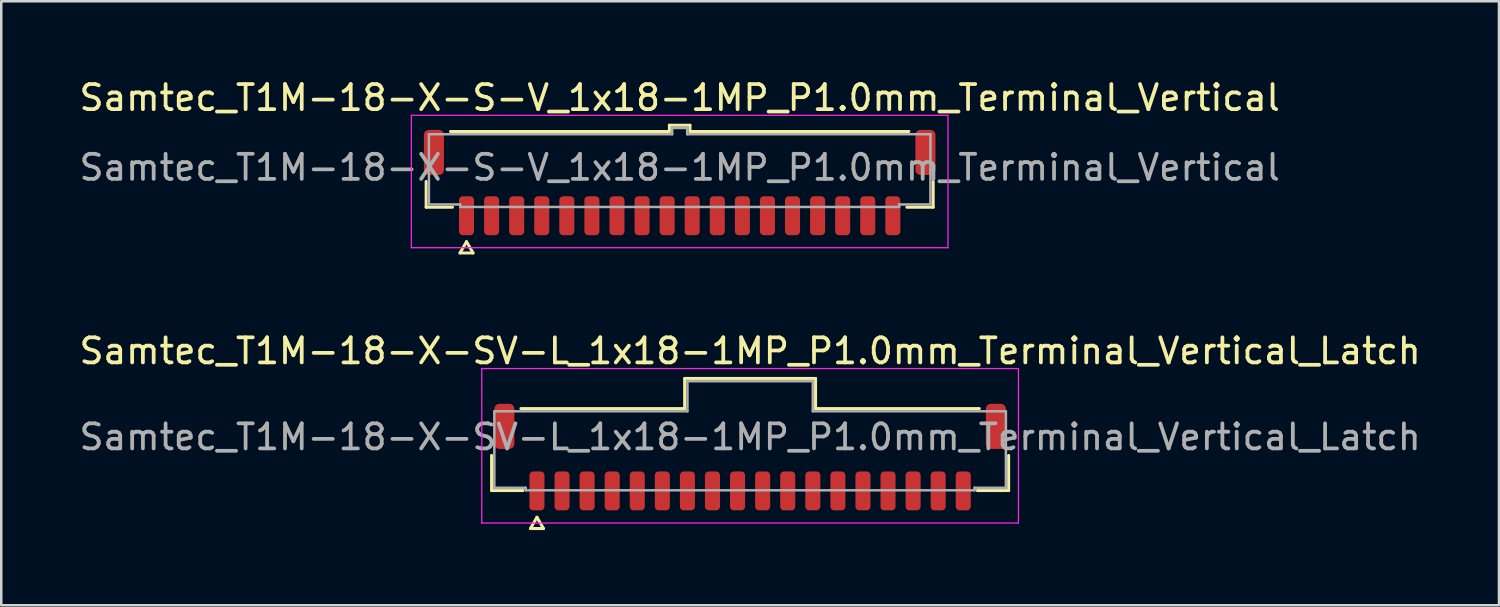
<source format=kicad_pcb>
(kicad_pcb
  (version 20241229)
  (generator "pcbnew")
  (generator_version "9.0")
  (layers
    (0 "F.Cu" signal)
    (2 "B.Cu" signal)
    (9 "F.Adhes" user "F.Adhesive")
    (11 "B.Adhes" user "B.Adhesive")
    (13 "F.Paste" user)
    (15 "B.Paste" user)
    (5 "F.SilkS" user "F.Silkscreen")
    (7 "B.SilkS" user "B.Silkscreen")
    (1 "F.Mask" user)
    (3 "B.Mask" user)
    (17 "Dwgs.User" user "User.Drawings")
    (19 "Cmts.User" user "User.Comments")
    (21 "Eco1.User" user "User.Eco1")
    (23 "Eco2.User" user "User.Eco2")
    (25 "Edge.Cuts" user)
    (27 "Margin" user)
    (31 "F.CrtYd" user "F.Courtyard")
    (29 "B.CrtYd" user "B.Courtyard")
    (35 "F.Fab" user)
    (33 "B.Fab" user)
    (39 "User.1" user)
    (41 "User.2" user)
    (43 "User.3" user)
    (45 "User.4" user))
  (footprint "Samtec_T1M-18-X-S-V_1x18-1MP_P1.0mm_Terminal_Vertical"
    (layer "F.Cu")
    (at 24.054 3.628)
    (property "Reference" "Samtec_T1M-18-X-S-V_1x18-1MP_P1.0mm_Terminal_Vertical" (at 0 -2.78 0) (layer "F.SilkS") (effects (font (size 1 1) (thickness 0.15))))
    (attr smd)
    (fp_line (start -10.11 1.585) (end -10.11 0.56) (stroke (width 0.12) (type solid)) (layer "F.SilkS"))
    (fp_line (start -9.14 -1.435) (end -0.41 -1.435) (stroke (width 0.12) (type solid)) (layer "F.SilkS"))
    (fp_line (start -9.06 1.585) (end -10.11 1.585) (stroke (width 0.12) (type solid)) (layer "F.SilkS"))
    (fp_line (start -8.76 3.41) (end -8.5 2.96) (stroke (width 0.12) (type solid)) (layer "F.SilkS"))
    (fp_line (start -8.5 2.96) (end -8.24 3.41) (stroke (width 0.12) (type solid)) (layer "F.SilkS"))
    (fp_line (start -8.24 3.41) (end -8.76 3.41) (stroke (width 0.12) (type solid)) (layer "F.SilkS"))
    (fp_line (start -0.41 -1.685) (end 0.41 -1.685) (stroke (width 0.12) (type solid)) (layer "F.SilkS"))
    (fp_line (start -0.41 -1.435) (end -0.41 -1.685) (stroke (width 0.12) (type solid)) (layer "F.SilkS"))
    (fp_line (start 0.41 -1.685) (end 0.41 -1.435) (stroke (width 0.12) (type solid)) (layer "F.SilkS"))
    (fp_line (start 0.41 -1.435) (end 9.14 -1.435) (stroke (width 0.12) (type solid)) (layer "F.SilkS"))
    (fp_line (start 10.11 0.56) (end 10.11 1.585) (stroke (width 0.12) (type solid)) (layer "F.SilkS"))
    (fp_line (start 10.11 1.585) (end 9.06 1.585) (stroke (width 0.12) (type solid)) (layer "F.SilkS"))
    (fp_line (start -10.7 -2.08) (end -10.7 3.2) (stroke (width 0.05) (type solid)) (layer "F.CrtYd"))
    (fp_line (start -10.7 3.2) (end 10.7 3.2) (stroke (width 0.05) (type solid)) (layer "F.CrtYd"))
    (fp_line (start 10.7 -2.08) (end -10.7 -2.08) (stroke (width 0.05) (type solid)) (layer "F.CrtYd"))
    (fp_line (start 10.7 3.2) (end 10.7 -2.08) (stroke (width 0.05) (type solid)) (layer "F.CrtYd"))
    (fp_line (start -10 -1.325) (end -0.3 -1.325) (stroke (width 0.1) (type solid)) (layer "F.Fab"))
    (fp_line (start -10 1.475) (end -10 -1.325) (stroke (width 0.1) (type solid)) (layer "F.Fab"))
    (fp_line (start -8.75 1.475) (end -10 1.475) (stroke (width 0.1) (type solid)) (layer "F.Fab"))
    (fp_line (start -8.75 1.575) (end -8.75 1.475) (stroke (width 0.1) (type solid)) (layer "F.Fab"))
    (fp_line (start -0.3 -1.575) (end 0.3 -1.575) (stroke (width 0.1) (type solid)) (layer "F.Fab"))
    (fp_line (start -0.3 -1.325) (end -0.3 -1.575) (stroke (width 0.1) (type solid)) (layer "F.Fab"))
    (fp_line (start 0.3 -1.575) (end 0.3 -1.325) (stroke (width 0.1) (type solid)) (layer "F.Fab"))
    (fp_line (start 0.3 -1.325) (end 10 -1.325) (stroke (width 0.1) (type solid)) (layer "F.Fab"))
    (fp_line (start 8.75 1.475) (end 8.75 1.575) (stroke (width 0.1) (type solid)) (layer "F.Fab"))
    (fp_line (start 8.75 1.575) (end -8.75 1.575) (stroke (width 0.1) (type solid)) (layer "F.Fab"))
    (fp_line (start 10 -1.325) (end 10 1.475) (stroke (width 0.1) (type solid)) (layer "F.Fab"))
    (fp_line (start 10 1.475) (end 8.75 1.475) (stroke (width 0.1) (type solid)) (layer "F.Fab"))
    (fp_text user "${REFERENCE}" (at 0 0 0) (layer "F.Fab") (effects (font (size 1 1) (thickness 0.15))))
    (pad "1" smd roundrect (at -8.5 1.925) (size 0.6 1.55) (layers "F.Cu" "F.Mask" "F.Paste") (roundrect_rratio 0.25))
    (pad "2" smd roundrect (at -7.5 1.925) (size 0.6 1.55) (layers "F.Cu" "F.Mask" "F.Paste") (roundrect_rratio 0.25))
    (pad "3" smd roundrect (at -6.5 1.925) (size 0.6 1.55) (layers "F.Cu" "F.Mask" "F.Paste") (roundrect_rratio 0.25))
    (pad "4" smd roundrect (at -5.5 1.925) (size 0.6 1.55) (layers "F.Cu" "F.Mask" "F.Paste") (roundrect_rratio 0.25))
    (pad "5" smd roundrect (at -4.5 1.925) (size 0.6 1.55) (layers "F.Cu" "F.Mask" "F.Paste") (roundrect_rratio 0.25))
    (pad "6" smd roundrect (at -3.5 1.925) (size 0.6 1.55) (layers "F.Cu" "F.Mask" "F.Paste") (roundrect_rratio 0.25))
    (pad "7" smd roundrect (at -2.5 1.925) (size 0.6 1.55) (layers "F.Cu" "F.Mask" "F.Paste") (roundrect_rratio 0.25))
    (pad "8" smd roundrect (at -1.5 1.925) (size 0.6 1.55) (layers "F.Cu" "F.Mask" "F.Paste") (roundrect_rratio 0.25))
    (pad "9" smd roundrect (at -0.5 1.925) (size 0.6 1.55) (layers "F.Cu" "F.Mask" "F.Paste") (roundrect_rratio 0.25))
    (pad "10" smd roundrect (at 0.5 1.925) (size 0.6 1.55) (layers "F.Cu" "F.Mask" "F.Paste") (roundrect_rratio 0.25))
    (pad "11" smd roundrect (at 1.5 1.925) (size 0.6 1.55) (layers "F.Cu" "F.Mask" "F.Paste") (roundrect_rratio 0.25))
    (pad "12" smd roundrect (at 2.5 1.925) (size 0.6 1.55) (layers "F.Cu" "F.Mask" "F.Paste") (roundrect_rratio 0.25))
    (pad "13" smd roundrect (at 3.5 1.925) (size 0.6 1.55) (layers "F.Cu" "F.Mask" "F.Paste") (roundrect_rratio 0.25))
    (pad "14" smd roundrect (at 4.5 1.925) (size 0.6 1.55) (layers "F.Cu" "F.Mask" "F.Paste") (roundrect_rratio 0.25))
    (pad "15" smd roundrect (at 5.5 1.925) (size 0.6 1.55) (layers "F.Cu" "F.Mask" "F.Paste") (roundrect_rratio 0.25))
    (pad "16" smd roundrect (at 6.5 1.925) (size 0.6 1.55) (layers "F.Cu" "F.Mask" "F.Paste") (roundrect_rratio 0.25))
    (pad "17" smd roundrect (at 7.5 1.925) (size 0.6 1.55) (layers "F.Cu" "F.Mask" "F.Paste") (roundrect_rratio 0.25))
    (pad "18" smd roundrect (at 8.5 1.925) (size 0.6 1.55) (layers "F.Cu" "F.Mask" "F.Paste") (roundrect_rratio 0.25))
    (pad "MP" smd roundrect (at -9.8 -0.6) (size 0.8 1.8) (layers "F.Cu" "F.Mask" "F.Paste") (roundrect_rratio 0.25))
    (pad "MP" smd roundrect (at 9.8 -0.6) (size 0.8 1.8) (layers "F.Cu" "F.Mask" "F.Paste") (roundrect_rratio 0.25)))
  (footprint "Samtec_T1M-18-X-SV-L_1x18-1MP_P1.0mm_Terminal_Vertical_Latch"
    (layer "F.Cu")
    (at 26.863 14.377)
    (property "Reference" "Samtec_T1M-18-X-SV-L_1x18-1MP_P1.0mm_Terminal_Vertical_Latch" (at 0 -3.43 0) (layer "F.SilkS") (effects (font (size 1 1) (thickness 0.15))))
    (attr smd)
    (fp_line (start -10.31 2.135) (end -10.31 0.735) (stroke (width 0.12) (type solid)) (layer "F.SilkS"))
    (fp_line (start -9.14 -1.135) (end -2.61 -1.135) (stroke (width 0.12) (type solid)) (layer "F.SilkS"))
    (fp_line (start -9.06 2.135) (end -10.31 2.135) (stroke (width 0.12) (type solid)) (layer "F.SilkS"))
    (fp_line (start -8.76 3.65) (end -8.5 3.2) (stroke (width 0.12) (type solid)) (layer "F.SilkS"))
    (fp_line (start -8.5 3.2) (end -8.24 3.65) (stroke (width 0.12) (type solid)) (layer "F.SilkS"))
    (fp_line (start -8.24 3.65) (end -8.76 3.65) (stroke (width 0.12) (type solid)) (layer "F.SilkS"))
    (fp_line (start -2.61 -2.335) (end 2.61 -2.335) (stroke (width 0.12) (type solid)) (layer "F.SilkS"))
    (fp_line (start -2.61 -1.135) (end -2.61 -2.335) (stroke (width 0.12) (type solid)) (layer "F.SilkS"))
    (fp_line (start 2.61 -2.335) (end 2.61 -1.135) (stroke (width 0.12) (type solid)) (layer "F.SilkS"))
    (fp_line (start 2.61 -1.135) (end 9.14 -1.135) (stroke (width 0.12) (type solid)) (layer "F.SilkS"))
    (fp_line (start 10.31 0.735) (end 10.31 2.135) (stroke (width 0.12) (type solid)) (layer "F.SilkS"))
    (fp_line (start 10.31 2.135) (end 9.06 2.135) (stroke (width 0.12) (type solid)) (layer "F.SilkS"))
    (fp_line (start -10.7 -2.73) (end -10.7 3.43) (stroke (width 0.05) (type solid)) (layer "F.CrtYd"))
    (fp_line (start -10.7 3.43) (end 10.7 3.43) (stroke (width 0.05) (type solid)) (layer "F.CrtYd"))
    (fp_line (start 10.7 -2.73) (end -10.7 -2.73) (stroke (width 0.05) (type solid)) (layer "F.CrtYd"))
    (fp_line (start 10.7 3.43) (end 10.7 -2.73) (stroke (width 0.05) (type solid)) (layer "F.CrtYd"))
    (fp_line (start -10.2 -1.025) (end -2.5 -1.025) (stroke (width 0.1) (type solid)) (layer "F.Fab"))
    (fp_line (start -10.2 2.025) (end -10.2 -1.025) (stroke (width 0.1) (type solid)) (layer "F.Fab"))
    (fp_line (start -8.95 2.025) (end -10.2 2.025) (stroke (width 0.1) (type solid)) (layer "F.Fab"))
    (fp_line (start -8.95 2.125) (end -8.95 2.025) (stroke (width 0.1) (type solid)) (layer "F.Fab"))
    (fp_line (start -2.5 -2.225) (end 2.5 -2.225) (stroke (width 0.1) (type solid)) (layer "F.Fab"))
    (fp_line (start -2.5 -1.025) (end -2.5 -2.225) (stroke (width 0.1) (type solid)) (layer "F.Fab"))
    (fp_line (start 2.5 -2.225) (end 2.5 -1.025) (stroke (width 0.1) (type solid)) (layer "F.Fab"))
    (fp_line (start 2.5 -1.025) (end 10.2 -1.025) (stroke (width 0.1) (type solid)) (layer "F.Fab"))
    (fp_line (start 8.95 2.025) (end 8.95 2.125) (stroke (width 0.1) (type solid)) (layer "F.Fab"))
    (fp_line (start 8.95 2.125) (end -8.95 2.125) (stroke (width 0.1) (type solid)) (layer "F.Fab"))
    (fp_line (start 10.2 -1.025) (end 10.2 2.025) (stroke (width 0.1) (type solid)) (layer "F.Fab"))
    (fp_line (start 10.2 2.025) (end 8.95 2.025) (stroke (width 0.1) (type solid)) (layer "F.Fab"))
    (fp_text user "${REFERENCE}" (at 0 0 0) (layer "F.Fab") (effects (font (size 1 1) (thickness 0.15))))
    (pad "1" smd roundrect (at -8.5 2.15) (size 0.6 1.55) (layers "F.Cu" "F.Mask" "F.Paste") (roundrect_rratio 0.25))
    (pad "2" smd roundrect (at -7.5 2.15) (size 0.6 1.55) (layers "F.Cu" "F.Mask" "F.Paste") (roundrect_rratio 0.25))
    (pad "3" smd roundrect (at -6.5 2.15) (size 0.6 1.55) (layers "F.Cu" "F.Mask" "F.Paste") (roundrect_rratio 0.25))
    (pad "4" smd roundrect (at -5.5 2.15) (size 0.6 1.55) (layers "F.Cu" "F.Mask" "F.Paste") (roundrect_rratio 0.25))
    (pad "5" smd roundrect (at -4.5 2.15) (size 0.6 1.55) (layers "F.Cu" "F.Mask" "F.Paste") (roundrect_rratio 0.25))
    (pad "6" smd roundrect (at -3.5 2.15) (size 0.6 1.55) (layers "F.Cu" "F.Mask" "F.Paste") (roundrect_rratio 0.25))
    (pad "7" smd roundrect (at -2.5 2.15) (size 0.6 1.55) (layers "F.Cu" "F.Mask" "F.Paste") (roundrect_rratio 0.25))
    (pad "8" smd roundrect (at -1.5 2.15) (size 0.6 1.55) (layers "F.Cu" "F.Mask" "F.Paste") (roundrect_rratio 0.25))
    (pad "9" smd roundrect (at -0.5 2.15) (size 0.6 1.55) (layers "F.Cu" "F.Mask" "F.Paste") (roundrect_rratio 0.25))
    (pad "10" smd roundrect (at 0.5 2.15) (size 0.6 1.55) (layers "F.Cu" "F.Mask" "F.Paste") (roundrect_rratio 0.25))
    (pad "11" smd roundrect (at 1.5 2.15) (size 0.6 1.55) (layers "F.Cu" "F.Mask" "F.Paste") (roundrect_rratio 0.25))
    (pad "12" smd roundrect (at 2.5 2.15) (size 0.6 1.55) (layers "F.Cu" "F.Mask" "F.Paste") (roundrect_rratio 0.25))
    (pad "13" smd roundrect (at 3.5 2.15) (size 0.6 1.55) (layers "F.Cu" "F.Mask" "F.Paste") (roundrect_rratio 0.25))
    (pad "14" smd roundrect (at 4.5 2.15) (size 0.6 1.55) (layers "F.Cu" "F.Mask" "F.Paste") (roundrect_rratio 0.25))
    (pad "15" smd roundrect (at 5.5 2.15) (size 0.6 1.55) (layers "F.Cu" "F.Mask" "F.Paste") (roundrect_rratio 0.25))
    (pad "16" smd roundrect (at 6.5 2.15) (size 0.6 1.55) (layers "F.Cu" "F.Mask" "F.Paste") (roundrect_rratio 0.25))
    (pad "17" smd roundrect (at 7.5 2.15) (size 0.6 1.55) (layers "F.Cu" "F.Mask" "F.Paste") (roundrect_rratio 0.25))
    (pad "18" smd roundrect (at 8.5 2.15) (size 0.6 1.55) (layers "F.Cu" "F.Mask" "F.Paste") (roundrect_rratio 0.25))
    (pad "MP" smd roundrect (at -9.8 -0.425) (size 0.8 1.8) (layers "F.Cu" "F.Mask" "F.Paste") (roundrect_rratio 0.25))
    (pad "MP" smd roundrect (at 9.8 -0.425) (size 0.8 1.8) (layers "F.Cu" "F.Mask" "F.Paste") (roundrect_rratio 0.25)))
  (gr_rect
    (start -3 -3)
    (end 56.726 21.087)
    (stroke (width 0.1) (type default))
    (fill no)
    (layer "Edge.Cuts")))
</source>
